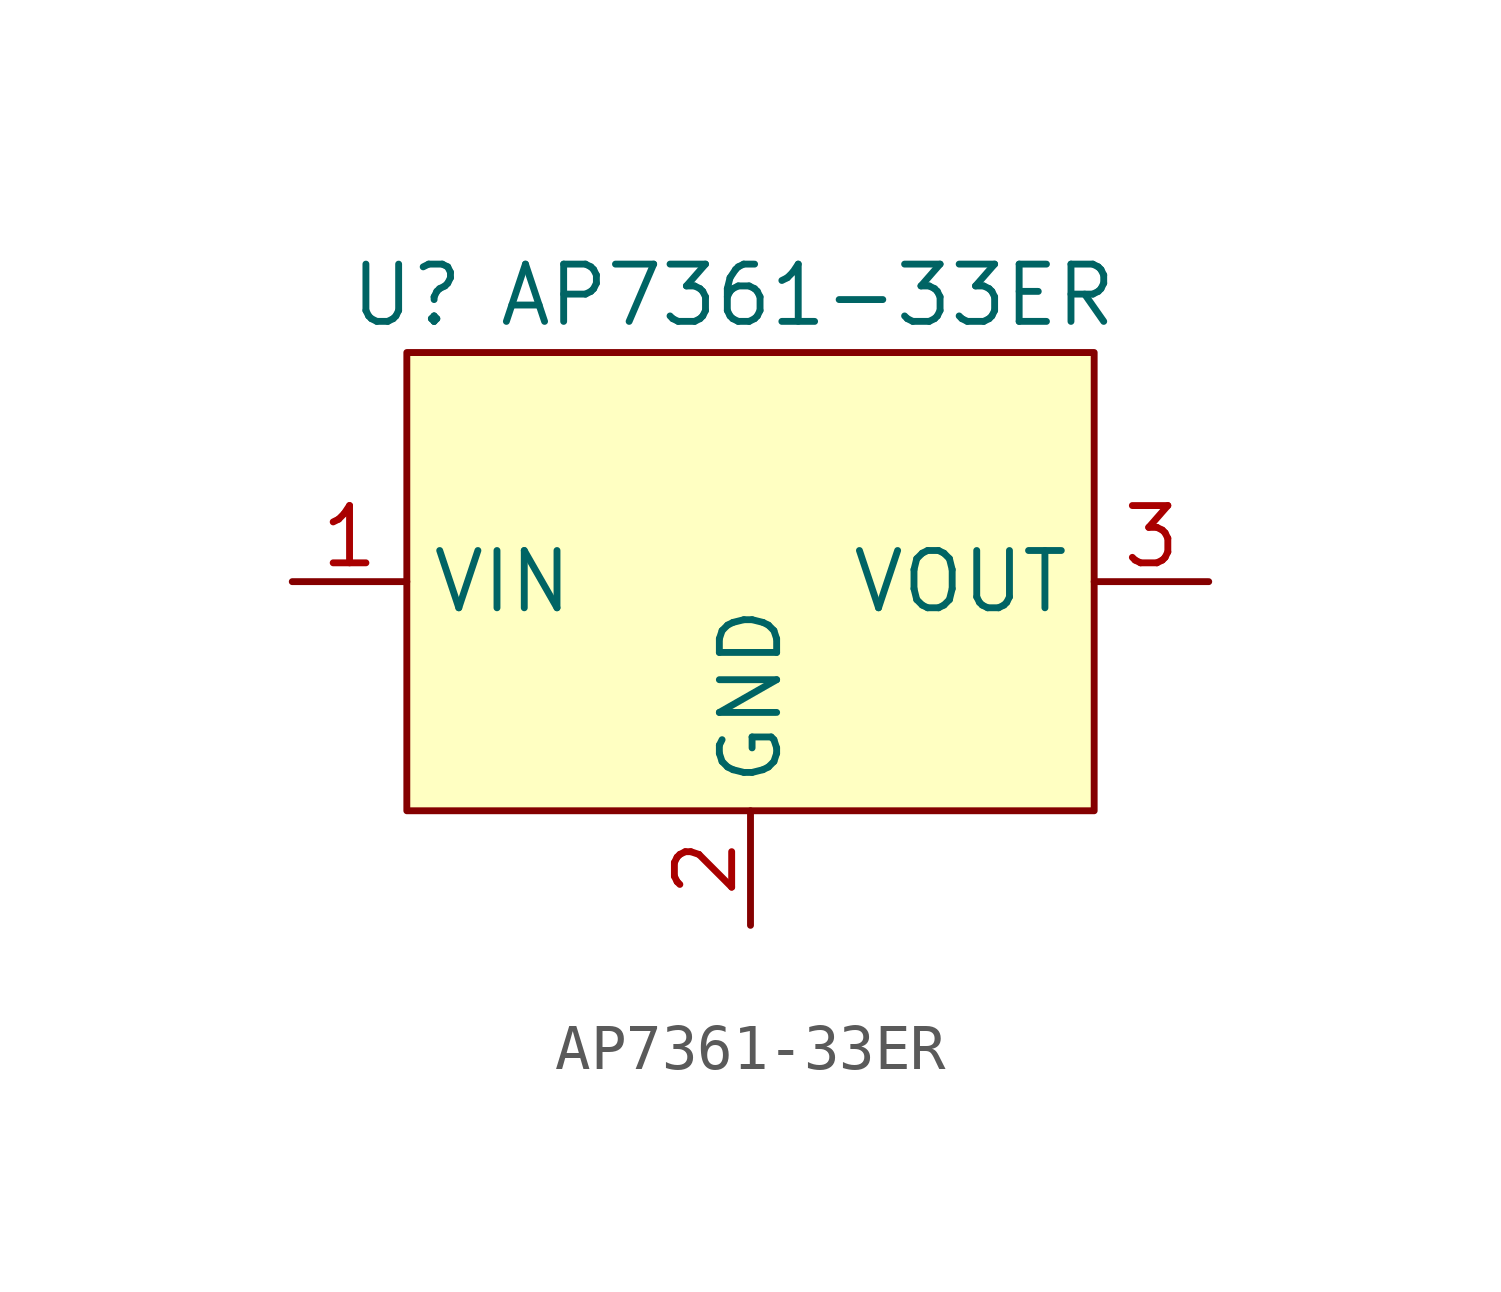
<source format=kicad_sym>
(kicad_symbol_lib
  (version 20211014)
  (generator kicad_symbol_editor)
  (symbol "AP7361-33ER"
    (property "Reference" "U"
      (at -7.62 6.35 0)
      (effects (font (size 1.27 1.27))))
    (property "Value" "AP7361-33ER"
      (at 1.27 6.35 0)
      (effects (font (size 1.27 1.27))))
    (symbol "AP7361-33ER_0_1"
      (rectangle (start -7.62 5.08) (end 7.62 -5.08) (stroke (width 0) (type default) (color 0 0 0 0)) (fill (type background))))
    (symbol "AP7361-33ER_1_1"
      (pin input line (at -10.16 0 0) (length 2.54) (name "VIN" (effects (font (size 1.27 1.27)))) (number "1" (effects (font (size 1.27 1.27)))))
      (pin input line (at 0 -7.62 90) (length 2.54) (name "GND" (effects (font (size 1.27 1.27)))) (number "2" (effects (font (size 1.27 1.27)))))
      (pin input line (at 10.16 0 180) (length 2.54) (name "VOUT" (effects (font (size 1.27 1.27)))) (number "3" (effects (font (size 1.27 1.27))))))))
</source>
